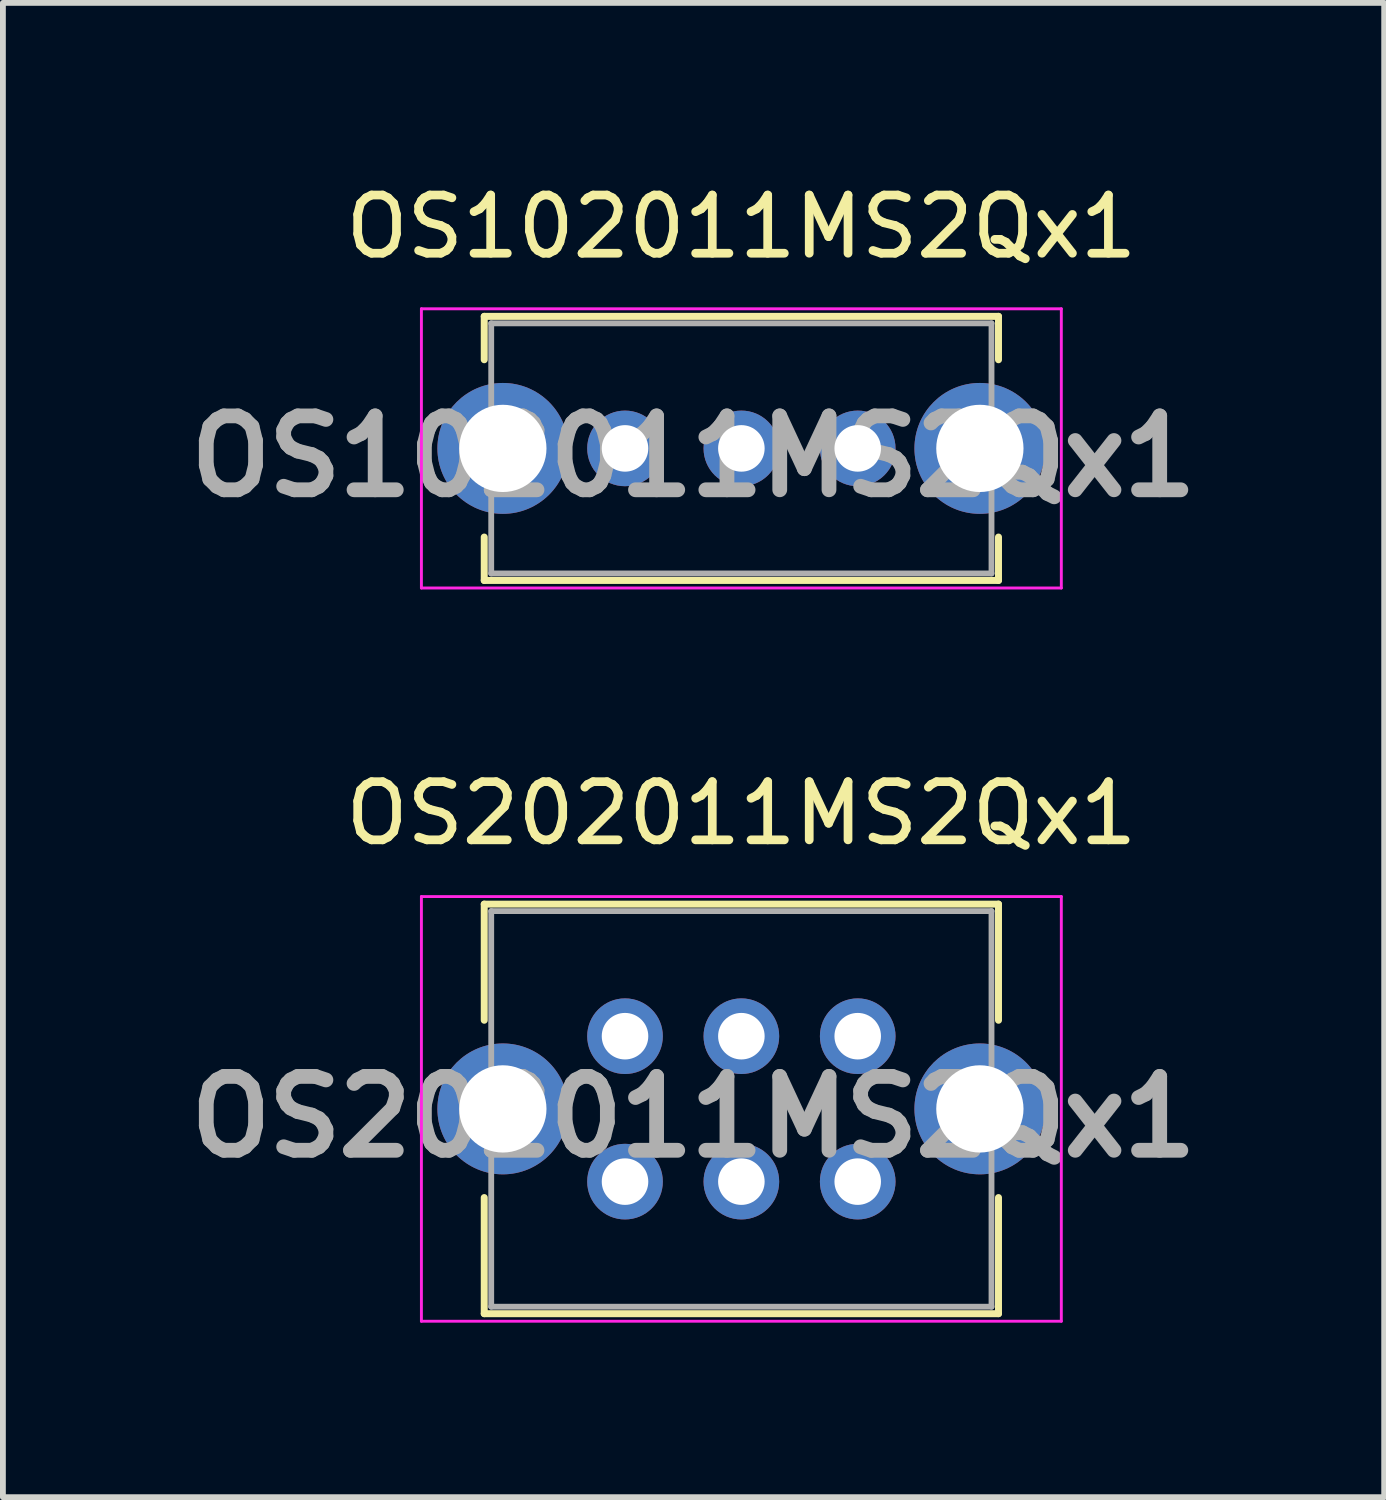
<source format=kicad_pcb>
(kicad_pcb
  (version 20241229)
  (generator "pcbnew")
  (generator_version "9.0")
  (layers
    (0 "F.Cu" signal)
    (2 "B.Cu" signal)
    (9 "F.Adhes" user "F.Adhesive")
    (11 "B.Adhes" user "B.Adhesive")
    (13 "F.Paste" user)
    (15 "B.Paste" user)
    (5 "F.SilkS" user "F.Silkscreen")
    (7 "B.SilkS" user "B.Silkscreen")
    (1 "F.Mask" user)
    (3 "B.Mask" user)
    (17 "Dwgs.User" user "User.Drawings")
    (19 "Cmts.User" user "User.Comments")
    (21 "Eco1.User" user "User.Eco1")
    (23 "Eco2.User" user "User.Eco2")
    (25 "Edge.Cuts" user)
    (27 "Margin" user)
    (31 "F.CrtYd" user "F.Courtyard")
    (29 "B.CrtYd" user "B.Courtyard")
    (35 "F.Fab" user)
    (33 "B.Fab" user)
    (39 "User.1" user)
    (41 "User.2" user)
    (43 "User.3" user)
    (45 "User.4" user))
  (footprint "OS202011MS2Qx1"
    (layer "F.Cu")
    (at 9.694 16.012)
    (property "Reference" "OS202011MS2Qx1" (at 0 -5.08 0) (layer "F.SilkS") (effects (font (size 1 1) (thickness 0.15))))
    (attr through_hole)
    (fp_line (start -4.42 -3.52) (end -4.42 -1.524) (stroke (width 0.12) (type solid)) (layer "F.SilkS"))
    (fp_line (start -4.42 -3.52) (end 4.42 -3.52) (stroke (width 0.12) (type solid)) (layer "F.SilkS"))
    (fp_line (start -4.42 1.524) (end -4.42 3.52) (stroke (width 0.12) (type solid)) (layer "F.SilkS"))
    (fp_line (start -4.42 3.52) (end 4.42 3.52) (stroke (width 0.12) (type solid)) (layer "F.SilkS"))
    (fp_line (start 4.42 -3.52) (end 4.42 -1.524) (stroke (width 0.12) (type solid)) (layer "F.SilkS"))
    (fp_line (start 4.42 1.524) (end 4.42 3.52) (stroke (width 0.12) (type solid)) (layer "F.SilkS"))
    (fp_line (start -5.5 -3.65) (end -5.5 3.65) (stroke (width 0.05) (type solid)) (layer "F.CrtYd"))
    (fp_line (start -5.5 -3.65) (end 5.5 -3.65) (stroke (width 0.05) (type solid)) (layer "F.CrtYd"))
    (fp_line (start -5.5 3.65) (end 5.5 3.65) (stroke (width 0.05) (type solid)) (layer "F.CrtYd"))
    (fp_line (start 5.5 -3.65) (end 5.5 3.65) (stroke (width 0.05) (type solid)) (layer "F.CrtYd"))
    (fp_line (start -4.3 -3.4) (end 4.3 -3.4) (stroke (width 0.1) (type solid)) (layer "F.Fab"))
    (fp_line (start -4.3 3.4) (end -4.3 -3.4) (stroke (width 0.1) (type solid)) (layer "F.Fab"))
    (fp_line (start 4.3 -3.4) (end 4.3 3.4) (stroke (width 0.1) (type solid)) (layer "F.Fab"))
    (fp_line (start 4.3 3.4) (end -4.3 3.4) (stroke (width 0.1) (type solid)) (layer "F.Fab"))
    (fp_text user "${REFERENCE}" (at -0.822 0.137 0) (layer "F.Fab") (effects (font (size 1.27 1.27) (thickness 0.254))))
    (pad "1" thru_hole circle (at -2 -1.25) (size 1.3 1.3) (drill 0.8) (layers "*.Cu" "*.Mask"))
    (pad "2" thru_hole circle (at 0 -1.25) (size 1.3 1.3) (drill 0.8) (layers "*.Cu" "*.Mask"))
    (pad "3" thru_hole circle (at 2 -1.25) (size 1.3 1.3) (drill 0.8) (layers "*.Cu" "*.Mask"))
    (pad "4" thru_hole circle (at -2 1.25) (size 1.3 1.3) (drill 0.8) (layers "*.Cu" "*.Mask"))
    (pad "5" thru_hole circle (at 0 1.25) (size 1.3 1.3) (drill 0.8) (layers "*.Cu" "*.Mask"))
    (pad "6" thru_hole circle (at 2 1.25) (size 1.3 1.3) (drill 0.8) (layers "*.Cu" "*.Mask"))
    (pad "7" thru_hole circle (at -4.1 0) (size 2.25 2.25) (drill 1.5) (layers "*.Cu" "*.Mask"))
    (pad "8" thru_hole circle (at 4.1 0) (size 2.25 2.25) (drill 1.5) (layers "*.Cu" "*.Mask")))
  (footprint "OS102011MS2Qx1"
    (layer "F.Cu")
    (at 9.694 4.658)
    (property "Reference" "OS102011MS2Qx1" (at 0 -3.81 0) (layer "F.SilkS") (effects (font (size 1 1) (thickness 0.15))))
    (attr through_hole)
    (fp_line (start -4.42 -2.27) (end -4.42 -1.524) (stroke (width 0.12) (type solid)) (layer "F.SilkS"))
    (fp_line (start -4.42 -2.27) (end 4.42 -2.27) (stroke (width 0.12) (type solid)) (layer "F.SilkS"))
    (fp_line (start -4.42 2.27) (end -4.42 1.524) (stroke (width 0.12) (type solid)) (layer "F.SilkS"))
    (fp_line (start -4.42 2.27) (end 4.42 2.27) (stroke (width 0.12) (type solid)) (layer "F.SilkS"))
    (fp_line (start 4.42 -2.27) (end 4.42 -1.524) (stroke (width 0.12) (type solid)) (layer "F.SilkS"))
    (fp_line (start 4.42 2.27) (end 4.42 1.524) (stroke (width 0.12) (type solid)) (layer "F.SilkS"))
    (fp_line (start -5.5 -2.4) (end -5.5 2.4) (stroke (width 0.05) (type solid)) (layer "F.CrtYd"))
    (fp_line (start -5.5 -2.4) (end 5.5 -2.4) (stroke (width 0.05) (type solid)) (layer "F.CrtYd"))
    (fp_line (start -5.5 2.4) (end 5.5 2.4) (stroke (width 0.05) (type solid)) (layer "F.CrtYd"))
    (fp_line (start 5.5 -2.4) (end 5.5 2.4) (stroke (width 0.05) (type solid)) (layer "F.CrtYd"))
    (fp_line (start -4.3 -2.15) (end 4.3 -2.15) (stroke (width 0.1) (type solid)) (layer "F.Fab"))
    (fp_line (start -4.3 2.15) (end -4.3 -2.15) (stroke (width 0.1) (type solid)) (layer "F.Fab"))
    (fp_line (start 4.3 -2.15) (end 4.3 2.15) (stroke (width 0.1) (type solid)) (layer "F.Fab"))
    (fp_line (start 4.3 2.15) (end -4.3 2.15) (stroke (width 0.1) (type solid)) (layer "F.Fab"))
    (fp_text user "${REFERENCE}" (at -0.822 0.137 0) (layer "F.Fab") (effects (font (size 1.27 1.27) (thickness 0.254))))
    (pad "1" thru_hole circle (at -2 0) (size 1.3 1.3) (drill 0.8) (layers "*.Cu" "*.Mask"))
    (pad "2" thru_hole circle (at 0 0) (size 1.3 1.3) (drill 0.8) (layers "*.Cu" "*.Mask"))
    (pad "3" thru_hole circle (at 2 0) (size 1.3 1.3) (drill 0.8) (layers "*.Cu" "*.Mask"))
    (pad "4" thru_hole circle (at -4.1 0) (size 2.25 2.25) (drill 1.5) (layers "*.Cu" "*.Mask"))
    (pad "5" thru_hole circle (at 4.1 0) (size 2.25 2.25) (drill 1.5) (layers "*.Cu" "*.Mask")))
  (gr_rect
    (start -3 -3)
    (end 20.744 22.686)
    (stroke (width 0.1) (type default))
    (fill no)
    (layer "Edge.Cuts")))
</source>
